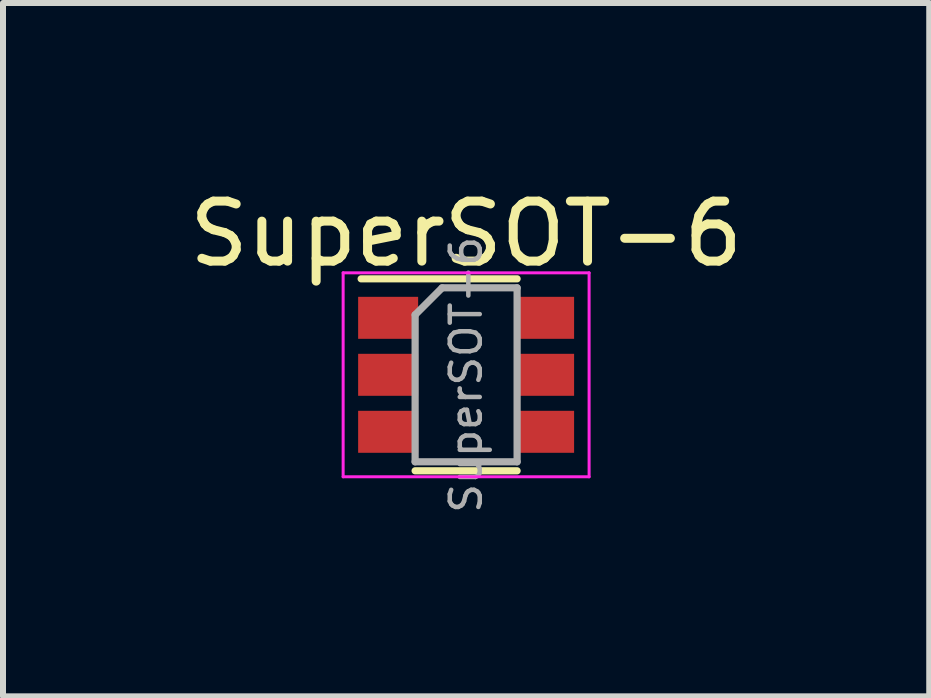
<source format=kicad_pcb>
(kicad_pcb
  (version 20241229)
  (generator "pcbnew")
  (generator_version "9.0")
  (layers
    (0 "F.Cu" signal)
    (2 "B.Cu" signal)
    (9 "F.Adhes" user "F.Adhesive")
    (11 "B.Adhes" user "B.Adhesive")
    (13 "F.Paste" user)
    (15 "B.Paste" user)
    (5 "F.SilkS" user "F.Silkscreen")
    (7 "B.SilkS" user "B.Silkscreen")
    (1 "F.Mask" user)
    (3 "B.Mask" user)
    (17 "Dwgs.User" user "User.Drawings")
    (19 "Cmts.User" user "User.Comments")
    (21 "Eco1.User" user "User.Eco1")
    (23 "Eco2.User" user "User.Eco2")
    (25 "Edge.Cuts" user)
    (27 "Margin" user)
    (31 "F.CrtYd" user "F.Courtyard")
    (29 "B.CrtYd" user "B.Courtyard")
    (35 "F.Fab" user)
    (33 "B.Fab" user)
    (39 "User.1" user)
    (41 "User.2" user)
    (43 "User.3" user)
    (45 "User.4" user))
  (footprint "SuperSOT-6"
    (layer "F.Cu")
    (at 4.72 3.198)
    (property "Reference" "SuperSOT-6" (at 0 -2.35 0) (layer "F.SilkS") (effects (font (size 1 1) (thickness 0.15))))
    (attr smd)
    (fp_line (start 0.85 -1.6) (end -1.75 -1.6) (stroke (width 0.12) (type solid)) (layer "F.SilkS"))
    (fp_line (start 0.85 1.6) (end -0.85 1.6) (stroke (width 0.12) (type solid)) (layer "F.SilkS"))
    (fp_line (start -2.05 -1.7) (end -2.05 1.7) (stroke (width 0.05) (type solid)) (layer "F.CrtYd"))
    (fp_line (start -2.05 -1.7) (end 2.05 -1.7) (stroke (width 0.05) (type solid)) (layer "F.CrtYd"))
    (fp_line (start 2.05 1.7) (end -2.05 1.7) (stroke (width 0.05) (type solid)) (layer "F.CrtYd"))
    (fp_line (start 2.05 1.7) (end 2.05 -1.7) (stroke (width 0.05) (type solid)) (layer "F.CrtYd"))
    (fp_line (start -0.85 -1) (end -0.85 1.45) (stroke (width 0.12) (type solid)) (layer "F.Fab"))
    (fp_line (start -0.85 1.45) (end 0.85 1.45) (stroke (width 0.12) (type solid)) (layer "F.Fab"))
    (fp_line (start -0.4 -1.45) (end -0.85 -1) (stroke (width 0.12) (type solid)) (layer "F.Fab"))
    (fp_line (start 0.85 -1.45) (end -0.4 -1.45) (stroke (width 0.12) (type solid)) (layer "F.Fab"))
    (fp_line (start 0.85 1.45) (end 0.85 -1.45) (stroke (width 0.12) (type solid)) (layer "F.Fab"))
    (fp_text user "${REFERENCE}" (at 0 0 90) (layer "F.Fab") (effects (font (size 0.5 0.5) (thickness 0.075))))
    (pad "1" smd rect (at -1.3 -0.95) (size 1 0.7) (layers "F.Cu" "F.Mask" "F.Paste"))
    (pad "2" smd rect (at -1.3 0) (size 1 0.7) (layers "F.Cu" "F.Mask" "F.Paste"))
    (pad "3" smd rect (at -1.3 0.95) (size 1 0.7) (layers "F.Cu" "F.Mask" "F.Paste"))
    (pad "4" smd rect (at 1.3 0.95) (size 1 0.7) (layers "F.Cu" "F.Mask" "F.Paste"))
    (pad "5" smd rect (at 1.3 0) (size 1 0.7) (layers "F.Cu" "F.Mask" "F.Paste"))
    (pad "6" smd rect (at 1.3 -0.95) (size 1 0.7) (layers "F.Cu" "F.Mask" "F.Paste")))
  (gr_rect
    (start -3 -3)
    (end 12.44 8.558)
    (stroke (width 0.1) (type default))
    (fill no)
    (layer "Edge.Cuts")))
</source>
